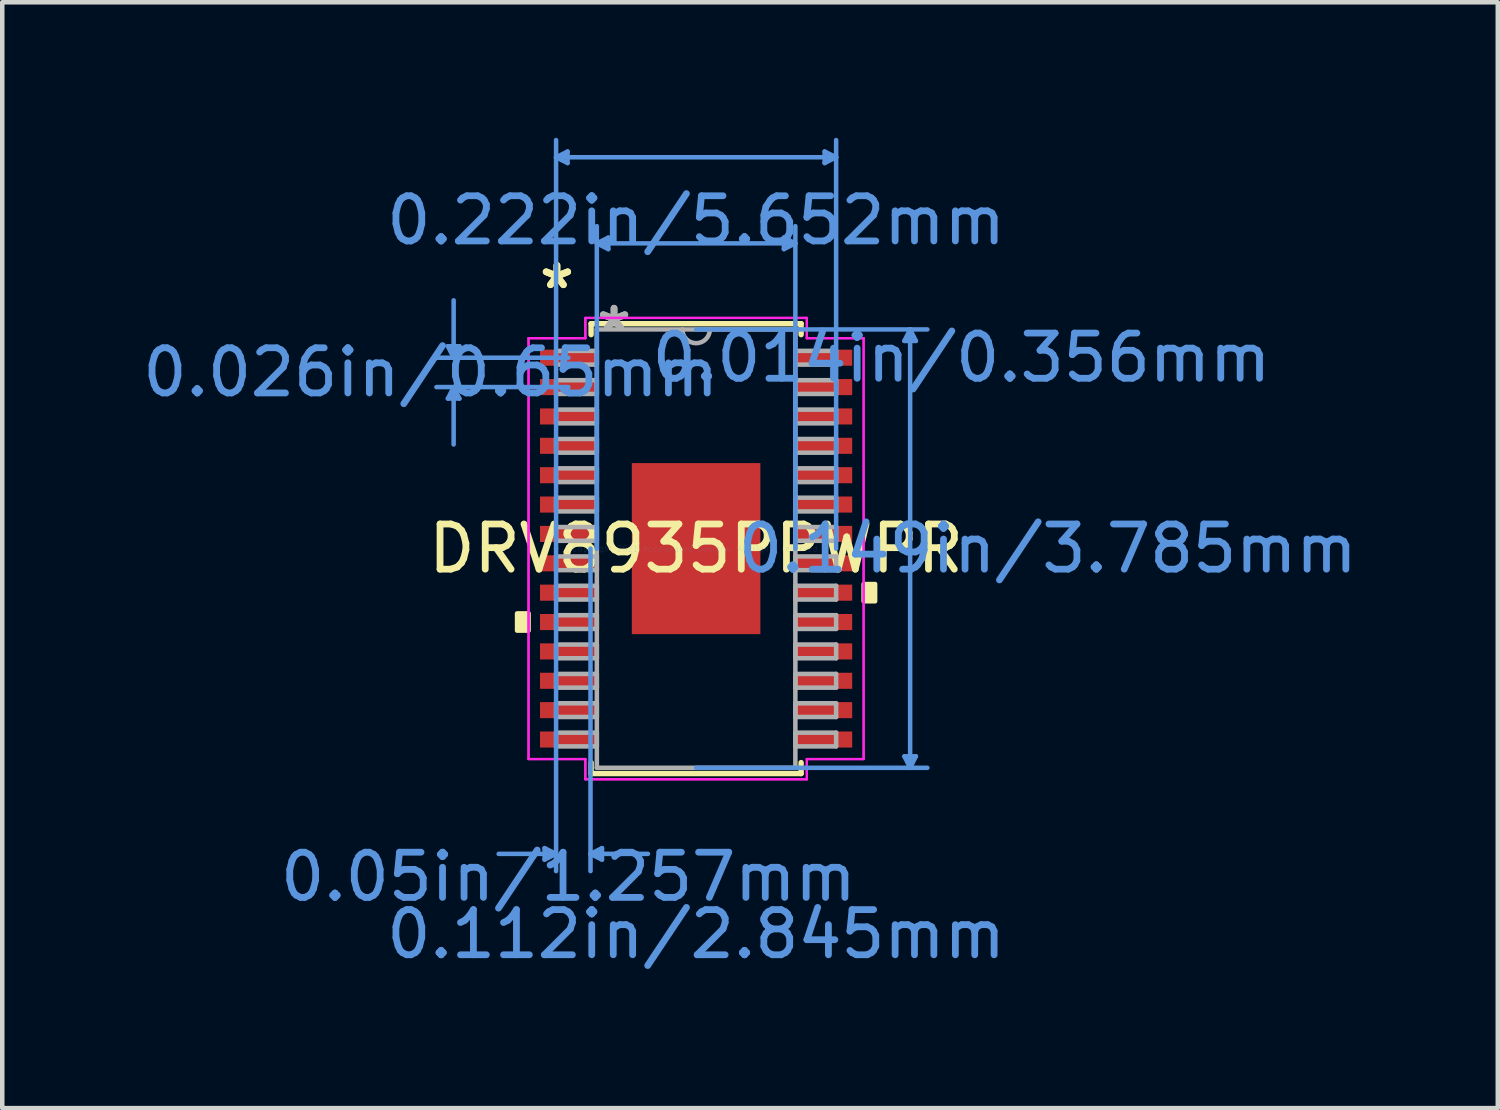
<source format=kicad_pcb>
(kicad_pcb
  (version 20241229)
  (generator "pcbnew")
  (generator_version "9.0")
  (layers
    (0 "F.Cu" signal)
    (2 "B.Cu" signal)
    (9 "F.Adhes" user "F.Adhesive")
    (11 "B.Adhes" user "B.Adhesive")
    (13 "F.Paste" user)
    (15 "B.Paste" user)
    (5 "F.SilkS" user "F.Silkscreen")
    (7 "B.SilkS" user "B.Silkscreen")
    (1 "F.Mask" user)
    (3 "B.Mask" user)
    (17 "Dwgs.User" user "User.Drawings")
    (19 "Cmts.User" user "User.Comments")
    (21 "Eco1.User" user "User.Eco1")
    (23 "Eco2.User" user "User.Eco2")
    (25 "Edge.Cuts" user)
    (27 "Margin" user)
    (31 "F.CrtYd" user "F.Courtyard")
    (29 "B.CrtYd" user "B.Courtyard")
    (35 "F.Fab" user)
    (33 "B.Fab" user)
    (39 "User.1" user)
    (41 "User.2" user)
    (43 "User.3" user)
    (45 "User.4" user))
  (footprint "DRV8935PPWPR"
    (layer "F.Cu")
    (at 12.356 9.092)
    (property "Reference" "DRV8935PPWPR" (at 0 0 0) (layer "F.SilkS") (effects (font (size 1 1) (thickness 0.15))))
    (attr through_hole)
    (fp_line (start -2.324 -4.978) (end -2.324 -4.736) (stroke (width 0.12) (type solid)) (layer "F.SilkS"))
    (fp_line (start -2.324 4.736) (end -2.324 4.978) (stroke (width 0.12) (type solid)) (layer "F.SilkS"))
    (fp_line (start -2.324 4.978) (end 2.324 4.978) (stroke (width 0.12) (type solid)) (layer "F.SilkS"))
    (fp_line (start 2.324 -4.978) (end -2.324 -4.978) (stroke (width 0.12) (type solid)) (layer "F.SilkS"))
    (fp_line (start 2.324 -4.736) (end 2.324 -4.978) (stroke (width 0.12) (type solid)) (layer "F.SilkS"))
    (fp_line (start 2.324 4.978) (end 2.324 4.736) (stroke (width 0.12) (type solid)) (layer "F.SilkS"))
    (fp_poly (pts (xy -3.962 1.434) (xy -3.962 1.815) (xy -3.708 1.815) (xy -3.708 1.434)) (stroke (width 0.1) (type solid)) (fill yes) (layer "F.SilkS"))
    (fp_poly (pts (xy 3.962 0.784) (xy 3.962 1.165) (xy 3.708 1.165) (xy 3.708 0.784)) (stroke (width 0.1) (type solid)) (fill yes) (layer "F.SilkS"))
    (fp_poly (pts (xy -1.322 -1.792) (xy -1.322 -0.1) (xy -0.1 -0.1) (xy -0.1 -1.792)) (stroke (width 0.1) (type solid)) (fill yes) (layer "F.Paste"))
    (fp_poly (pts (xy -1.322 0.1) (xy -1.322 1.792) (xy -0.1 1.792) (xy -0.1 0.1)) (stroke (width 0.1) (type solid)) (fill yes) (layer "F.Paste"))
    (fp_poly (pts (xy 0.1 -1.792) (xy 0.1 -0.1) (xy 1.322 -0.1) (xy 1.322 -1.792)) (stroke (width 0.1) (type solid)) (fill yes) (layer "F.Paste"))
    (fp_poly (pts (xy 0.1 0.1) (xy 0.1 1.792) (xy 1.322 1.792) (xy 1.322 0.1)) (stroke (width 0.1) (type solid)) (fill yes) (layer "F.Paste"))
    (fp_line (start -5.493 -4.479) (end -5.239 -4.479) (stroke (width 0.1) (type solid)) (layer "Cmts.User"))
    (fp_line (start -5.493 -3.321) (end -5.239 -3.321) (stroke (width 0.1) (type solid)) (layer "Cmts.User"))
    (fp_line (start -5.366 -4.225) (end -5.493 -4.479) (stroke (width 0.1) (type solid)) (layer "Cmts.User"))
    (fp_line (start -5.366 -4.225) (end -5.366 -5.495) (stroke (width 0.1) (type solid)) (layer "Cmts.User"))
    (fp_line (start -5.366 -4.225) (end -5.239 -4.479) (stroke (width 0.1) (type solid)) (layer "Cmts.User"))
    (fp_line (start -5.366 -3.575) (end -5.493 -3.321) (stroke (width 0.1) (type solid)) (layer "Cmts.User"))
    (fp_line (start -5.366 -3.575) (end -5.366 -2.305) (stroke (width 0.1) (type solid)) (layer "Cmts.User"))
    (fp_line (start -5.366 -3.575) (end -5.239 -3.321) (stroke (width 0.1) (type solid)) (layer "Cmts.User"))
    (fp_line (start -3.353 6.629) (end -3.353 6.883) (stroke (width 0.1) (type solid)) (layer "Cmts.User"))
    (fp_line (start -3.099 -8.661) (end -2.845 -8.788) (stroke (width 0.1) (type solid)) (layer "Cmts.User"))
    (fp_line (start -3.099 -8.661) (end -2.845 -8.534) (stroke (width 0.1) (type solid)) (layer "Cmts.User"))
    (fp_line (start -3.099 -8.661) (end 3.099 -8.661) (stroke (width 0.1) (type solid)) (layer "Cmts.User"))
    (fp_line (start -3.099 0) (end -3.099 -9.042) (stroke (width 0.1) (type solid)) (layer "Cmts.User"))
    (fp_line (start -3.099 0) (end -3.099 7.137) (stroke (width 0.1) (type solid)) (layer "Cmts.User"))
    (fp_line (start -3.099 6.756) (end -4.369 6.756) (stroke (width 0.1) (type solid)) (layer "Cmts.User"))
    (fp_line (start -3.099 6.756) (end -3.353 6.629) (stroke (width 0.1) (type solid)) (layer "Cmts.User"))
    (fp_line (start -3.099 6.756) (end -3.353 6.883) (stroke (width 0.1) (type solid)) (layer "Cmts.User"))
    (fp_line (start -2.845 -8.788) (end -2.845 -8.534) (stroke (width 0.1) (type solid)) (layer "Cmts.User"))
    (fp_line (start -2.826 -4.225) (end -5.747 -4.225) (stroke (width 0.1) (type solid)) (layer "Cmts.User"))
    (fp_line (start -2.826 -3.575) (end -5.747 -3.575) (stroke (width 0.1) (type solid)) (layer "Cmts.User"))
    (fp_line (start -2.337 0) (end -2.337 7.137) (stroke (width 0.1) (type solid)) (layer "Cmts.User"))
    (fp_line (start -2.337 6.756) (end -2.083 6.629) (stroke (width 0.1) (type solid)) (layer "Cmts.User"))
    (fp_line (start -2.337 6.756) (end -2.083 6.883) (stroke (width 0.1) (type solid)) (layer "Cmts.User"))
    (fp_line (start -2.337 6.756) (end -1.067 6.756) (stroke (width 0.1) (type solid)) (layer "Cmts.User"))
    (fp_line (start -2.197 -6.756) (end -1.943 -6.883) (stroke (width 0.1) (type solid)) (layer "Cmts.User"))
    (fp_line (start -2.197 -6.756) (end -1.943 -6.629) (stroke (width 0.1) (type solid)) (layer "Cmts.User"))
    (fp_line (start -2.197 -6.756) (end 2.197 -6.756) (stroke (width 0.1) (type solid)) (layer "Cmts.User"))
    (fp_line (start -2.197 0) (end -2.197 -7.137) (stroke (width 0.1) (type solid)) (layer "Cmts.User"))
    (fp_line (start -2.083 6.629) (end -2.083 6.883) (stroke (width 0.1) (type solid)) (layer "Cmts.User"))
    (fp_line (start -1.943 -6.883) (end -1.943 -6.629) (stroke (width 0.1) (type solid)) (layer "Cmts.User"))
    (fp_line (start 0 -4.851) (end 5.118 -4.851) (stroke (width 0.1) (type solid)) (layer "Cmts.User"))
    (fp_line (start 0 4.851) (end 5.118 4.851) (stroke (width 0.1) (type solid)) (layer "Cmts.User"))
    (fp_line (start 1.943 -6.883) (end 1.943 -6.629) (stroke (width 0.1) (type solid)) (layer "Cmts.User"))
    (fp_line (start 2.197 -6.756) (end 1.943 -6.883) (stroke (width 0.1) (type solid)) (layer "Cmts.User"))
    (fp_line (start 2.197 -6.756) (end 1.943 -6.629) (stroke (width 0.1) (type solid)) (layer "Cmts.User"))
    (fp_line (start 2.197 0) (end 2.197 -7.137) (stroke (width 0.1) (type solid)) (layer "Cmts.User"))
    (fp_line (start 2.845 -8.788) (end 2.845 -8.534) (stroke (width 0.1) (type solid)) (layer "Cmts.User"))
    (fp_line (start 3.099 -8.661) (end 2.845 -8.788) (stroke (width 0.1) (type solid)) (layer "Cmts.User"))
    (fp_line (start 3.099 -8.661) (end 2.845 -8.534) (stroke (width 0.1) (type solid)) (layer "Cmts.User"))
    (fp_line (start 3.099 0) (end 3.099 -9.042) (stroke (width 0.1) (type solid)) (layer "Cmts.User"))
    (fp_line (start 4.61 -4.597) (end 4.864 -4.597) (stroke (width 0.1) (type solid)) (layer "Cmts.User"))
    (fp_line (start 4.61 4.597) (end 4.864 4.597) (stroke (width 0.1) (type solid)) (layer "Cmts.User"))
    (fp_line (start 4.737 -4.851) (end 4.61 -4.597) (stroke (width 0.1) (type solid)) (layer "Cmts.User"))
    (fp_line (start 4.737 -4.851) (end 4.737 4.851) (stroke (width 0.1) (type solid)) (layer "Cmts.User"))
    (fp_line (start 4.737 -4.851) (end 4.864 -4.597) (stroke (width 0.1) (type solid)) (layer "Cmts.User"))
    (fp_line (start 4.737 4.851) (end 4.61 4.597) (stroke (width 0.1) (type solid)) (layer "Cmts.User"))
    (fp_line (start 4.737 4.851) (end 4.864 4.597) (stroke (width 0.1) (type solid)) (layer "Cmts.User"))
    (fp_line (start -3.708 -4.657) (end -2.451 -4.657) (stroke (width 0.05) (type solid)) (layer "F.CrtYd"))
    (fp_line (start -3.708 -4.657) (end -2.451 -4.657) (stroke (width 0.05) (type solid)) (layer "F.CrtYd"))
    (fp_line (start -3.708 4.657) (end -3.708 -4.657) (stroke (width 0.05) (type solid)) (layer "F.CrtYd"))
    (fp_line (start -3.708 4.657) (end -3.708 -4.657) (stroke (width 0.05) (type solid)) (layer "F.CrtYd"))
    (fp_line (start -3.708 4.657) (end -2.451 4.657) (stroke (width 0.05) (type solid)) (layer "F.CrtYd"))
    (fp_line (start -2.451 -5.105) (end 2.451 -5.105) (stroke (width 0.05) (type solid)) (layer "F.CrtYd"))
    (fp_line (start -2.451 -5.105) (end 2.451 -5.105) (stroke (width 0.05) (type solid)) (layer "F.CrtYd"))
    (fp_line (start -2.451 -4.657) (end -2.451 -5.105) (stroke (width 0.05) (type solid)) (layer "F.CrtYd"))
    (fp_line (start -2.451 -4.657) (end -2.451 -5.105) (stroke (width 0.05) (type solid)) (layer "F.CrtYd"))
    (fp_line (start -2.451 4.657) (end -3.708 4.657) (stroke (width 0.05) (type solid)) (layer "F.CrtYd"))
    (fp_line (start -2.451 5.105) (end -2.451 4.657) (stroke (width 0.05) (type solid)) (layer "F.CrtYd"))
    (fp_line (start -2.451 5.105) (end -2.451 4.657) (stroke (width 0.05) (type solid)) (layer "F.CrtYd"))
    (fp_line (start 2.451 -5.105) (end 2.451 -4.657) (stroke (width 0.05) (type solid)) (layer "F.CrtYd"))
    (fp_line (start 2.451 -5.105) (end 2.451 -4.657) (stroke (width 0.05) (type solid)) (layer "F.CrtYd"))
    (fp_line (start 2.451 -4.657) (end 3.708 -4.657) (stroke (width 0.05) (type solid)) (layer "F.CrtYd"))
    (fp_line (start 2.451 4.657) (end 2.451 5.105) (stroke (width 0.05) (type solid)) (layer "F.CrtYd"))
    (fp_line (start 2.451 4.657) (end 2.451 5.105) (stroke (width 0.05) (type solid)) (layer "F.CrtYd"))
    (fp_line (start 2.451 5.105) (end -2.451 5.105) (stroke (width 0.05) (type solid)) (layer "F.CrtYd"))
    (fp_line (start 2.451 5.105) (end -2.451 5.105) (stroke (width 0.05) (type solid)) (layer "F.CrtYd"))
    (fp_line (start 3.708 -4.657) (end 2.451 -4.657) (stroke (width 0.05) (type solid)) (layer "F.CrtYd"))
    (fp_line (start 3.708 -4.657) (end 3.708 4.657) (stroke (width 0.05) (type solid)) (layer "F.CrtYd"))
    (fp_line (start 3.708 -4.657) (end 3.708 4.657) (stroke (width 0.05) (type solid)) (layer "F.CrtYd"))
    (fp_line (start 3.708 4.657) (end 2.451 4.657) (stroke (width 0.05) (type solid)) (layer "F.CrtYd"))
    (fp_line (start 3.708 4.657) (end 2.451 4.657) (stroke (width 0.05) (type solid)) (layer "F.CrtYd"))
    (fp_line (start -3.099 -4.377) (end -3.099 -4.073) (stroke (width 0.1) (type solid)) (layer "F.Fab"))
    (fp_line (start -3.099 -4.073) (end -2.197 -4.073) (stroke (width 0.1) (type solid)) (layer "F.Fab"))
    (fp_line (start -3.099 -3.727) (end -3.099 -3.423) (stroke (width 0.1) (type solid)) (layer "F.Fab"))
    (fp_line (start -3.099 -3.423) (end -2.197 -3.423) (stroke (width 0.1) (type solid)) (layer "F.Fab"))
    (fp_line (start -3.099 -3.077) (end -3.099 -2.773) (stroke (width 0.1) (type solid)) (layer "F.Fab"))
    (fp_line (start -3.099 -2.773) (end -2.197 -2.773) (stroke (width 0.1) (type solid)) (layer "F.Fab"))
    (fp_line (start -3.099 -2.427) (end -3.099 -2.123) (stroke (width 0.1) (type solid)) (layer "F.Fab"))
    (fp_line (start -3.099 -2.123) (end -2.197 -2.123) (stroke (width 0.1) (type solid)) (layer "F.Fab"))
    (fp_line (start -3.099 -1.777) (end -3.099 -1.473) (stroke (width 0.1) (type solid)) (layer "F.Fab"))
    (fp_line (start -3.099 -1.473) (end -2.197 -1.473) (stroke (width 0.1) (type solid)) (layer "F.Fab"))
    (fp_line (start -3.099 -1.127) (end -3.099 -0.823) (stroke (width 0.1) (type solid)) (layer "F.Fab"))
    (fp_line (start -3.099 -0.823) (end -2.197 -0.823) (stroke (width 0.1) (type solid)) (layer "F.Fab"))
    (fp_line (start -3.099 -0.477) (end -3.099 -0.173) (stroke (width 0.1) (type solid)) (layer "F.Fab"))
    (fp_line (start -3.099 -0.173) (end -2.197 -0.173) (stroke (width 0.1) (type solid)) (layer "F.Fab"))
    (fp_line (start -3.099 0.173) (end -3.099 0.477) (stroke (width 0.1) (type solid)) (layer "F.Fab"))
    (fp_line (start -3.099 0.477) (end -2.197 0.477) (stroke (width 0.1) (type solid)) (layer "F.Fab"))
    (fp_line (start -3.099 0.823) (end -3.099 1.127) (stroke (width 0.1) (type solid)) (layer "F.Fab"))
    (fp_line (start -3.099 1.127) (end -2.197 1.127) (stroke (width 0.1) (type solid)) (layer "F.Fab"))
    (fp_line (start -3.099 1.473) (end -3.099 1.777) (stroke (width 0.1) (type solid)) (layer "F.Fab"))
    (fp_line (start -3.099 1.777) (end -2.197 1.777) (stroke (width 0.1) (type solid)) (layer "F.Fab"))
    (fp_line (start -3.099 2.123) (end -3.099 2.427) (stroke (width 0.1) (type solid)) (layer "F.Fab"))
    (fp_line (start -3.099 2.427) (end -2.197 2.427) (stroke (width 0.1) (type solid)) (layer "F.Fab"))
    (fp_line (start -3.099 2.773) (end -3.099 3.077) (stroke (width 0.1) (type solid)) (layer "F.Fab"))
    (fp_line (start -3.099 3.077) (end -2.197 3.077) (stroke (width 0.1) (type solid)) (layer "F.Fab"))
    (fp_line (start -3.099 3.423) (end -3.099 3.727) (stroke (width 0.1) (type solid)) (layer "F.Fab"))
    (fp_line (start -3.099 3.727) (end -2.197 3.727) (stroke (width 0.1) (type solid)) (layer "F.Fab"))
    (fp_line (start -3.099 4.073) (end -3.099 4.377) (stroke (width 0.1) (type solid)) (layer "F.Fab"))
    (fp_line (start -3.099 4.377) (end -2.197 4.377) (stroke (width 0.1) (type solid)) (layer "F.Fab"))
    (fp_line (start -2.197 -4.851) (end -2.197 4.851) (stroke (width 0.1) (type solid)) (layer "F.Fab"))
    (fp_line (start -2.197 -4.377) (end -3.099 -4.377) (stroke (width 0.1) (type solid)) (layer "F.Fab"))
    (fp_line (start -2.197 -4.073) (end -2.197 -4.377) (stroke (width 0.1) (type solid)) (layer "F.Fab"))
    (fp_line (start -2.197 -3.727) (end -3.099 -3.727) (stroke (width 0.1) (type solid)) (layer "F.Fab"))
    (fp_line (start -2.197 -3.423) (end -2.197 -3.727) (stroke (width 0.1) (type solid)) (layer "F.Fab"))
    (fp_line (start -2.197 -3.077) (end -3.099 -3.077) (stroke (width 0.1) (type solid)) (layer "F.Fab"))
    (fp_line (start -2.197 -2.773) (end -2.197 -3.077) (stroke (width 0.1) (type solid)) (layer "F.Fab"))
    (fp_line (start -2.197 -2.427) (end -3.099 -2.427) (stroke (width 0.1) (type solid)) (layer "F.Fab"))
    (fp_line (start -2.197 -2.123) (end -2.197 -2.427) (stroke (width 0.1) (type solid)) (layer "F.Fab"))
    (fp_line (start -2.197 -1.777) (end -3.099 -1.777) (stroke (width 0.1) (type solid)) (layer "F.Fab"))
    (fp_line (start -2.197 -1.473) (end -2.197 -1.777) (stroke (width 0.1) (type solid)) (layer "F.Fab"))
    (fp_line (start -2.197 -1.127) (end -3.099 -1.127) (stroke (width 0.1) (type solid)) (layer "F.Fab"))
    (fp_line (start -2.197 -0.823) (end -2.197 -1.127) (stroke (width 0.1) (type solid)) (layer "F.Fab"))
    (fp_line (start -2.197 -0.477) (end -3.099 -0.477) (stroke (width 0.1) (type solid)) (layer "F.Fab"))
    (fp_line (start -2.197 -0.173) (end -2.197 -0.477) (stroke (width 0.1) (type solid)) (layer "F.Fab"))
    (fp_line (start -2.197 0.173) (end -3.099 0.173) (stroke (width 0.1) (type solid)) (layer "F.Fab"))
    (fp_line (start -2.197 0.477) (end -2.197 0.173) (stroke (width 0.1) (type solid)) (layer "F.Fab"))
    (fp_line (start -2.197 0.823) (end -3.099 0.823) (stroke (width 0.1) (type solid)) (layer "F.Fab"))
    (fp_line (start -2.197 1.127) (end -2.197 0.823) (stroke (width 0.1) (type solid)) (layer "F.Fab"))
    (fp_line (start -2.197 1.473) (end -3.099 1.473) (stroke (width 0.1) (type solid)) (layer "F.Fab"))
    (fp_line (start -2.197 1.777) (end -2.197 1.473) (stroke (width 0.1) (type solid)) (layer "F.Fab"))
    (fp_line (start -2.197 2.123) (end -3.099 2.123) (stroke (width 0.1) (type solid)) (layer "F.Fab"))
    (fp_line (start -2.197 2.427) (end -2.197 2.123) (stroke (width 0.1) (type solid)) (layer "F.Fab"))
    (fp_line (start -2.197 2.773) (end -3.099 2.773) (stroke (width 0.1) (type solid)) (layer "F.Fab"))
    (fp_line (start -2.197 3.077) (end -2.197 2.773) (stroke (width 0.1) (type solid)) (layer "F.Fab"))
    (fp_line (start -2.197 3.423) (end -3.099 3.423) (stroke (width 0.1) (type solid)) (layer "F.Fab"))
    (fp_line (start -2.197 3.727) (end -2.197 3.423) (stroke (width 0.1) (type solid)) (layer "F.Fab"))
    (fp_line (start -2.197 4.073) (end -3.099 4.073) (stroke (width 0.1) (type solid)) (layer "F.Fab"))
    (fp_line (start -2.197 4.377) (end -2.197 4.073) (stroke (width 0.1) (type solid)) (layer "F.Fab"))
    (fp_line (start -2.197 4.851) (end 2.197 4.851) (stroke (width 0.1) (type solid)) (layer "F.Fab"))
    (fp_line (start 2.197 -4.851) (end -2.197 -4.851) (stroke (width 0.1) (type solid)) (layer "F.Fab"))
    (fp_line (start 2.197 -4.377) (end 2.197 -4.073) (stroke (width 0.1) (type solid)) (layer "F.Fab"))
    (fp_line (start 2.197 -4.073) (end 3.099 -4.073) (stroke (width 0.1) (type solid)) (layer "F.Fab"))
    (fp_line (start 2.197 -3.727) (end 2.197 -3.423) (stroke (width 0.1) (type solid)) (layer "F.Fab"))
    (fp_line (start 2.197 -3.423) (end 3.099 -3.423) (stroke (width 0.1) (type solid)) (layer "F.Fab"))
    (fp_line (start 2.197 -3.077) (end 2.197 -2.773) (stroke (width 0.1) (type solid)) (layer "F.Fab"))
    (fp_line (start 2.197 -2.773) (end 3.099 -2.773) (stroke (width 0.1) (type solid)) (layer "F.Fab"))
    (fp_line (start 2.197 -2.427) (end 2.197 -2.123) (stroke (width 0.1) (type solid)) (layer "F.Fab"))
    (fp_line (start 2.197 -2.123) (end 3.099 -2.123) (stroke (width 0.1) (type solid)) (layer "F.Fab"))
    (fp_line (start 2.197 -1.777) (end 2.197 -1.473) (stroke (width 0.1) (type solid)) (layer "F.Fab"))
    (fp_line (start 2.197 -1.473) (end 3.099 -1.473) (stroke (width 0.1) (type solid)) (layer "F.Fab"))
    (fp_line (start 2.197 -1.127) (end 2.197 -0.823) (stroke (width 0.1) (type solid)) (layer "F.Fab"))
    (fp_line (start 2.197 -0.823) (end 3.099 -0.823) (stroke (width 0.1) (type solid)) (layer "F.Fab"))
    (fp_line (start 2.197 -0.477) (end 2.197 -0.173) (stroke (width 0.1) (type solid)) (layer "F.Fab"))
    (fp_line (start 2.197 -0.173) (end 3.099 -0.173) (stroke (width 0.1) (type solid)) (layer "F.Fab"))
    (fp_line (start 2.197 0.173) (end 2.197 0.477) (stroke (width 0.1) (type solid)) (layer "F.Fab"))
    (fp_line (start 2.197 0.477) (end 3.099 0.477) (stroke (width 0.1) (type solid)) (layer "F.Fab"))
    (fp_line (start 2.197 0.823) (end 2.197 1.127) (stroke (width 0.1) (type solid)) (layer "F.Fab"))
    (fp_line (start 2.197 1.127) (end 3.099 1.127) (stroke (width 0.1) (type solid)) (layer "F.Fab"))
    (fp_line (start 2.197 1.473) (end 2.197 1.777) (stroke (width 0.1) (type solid)) (layer "F.Fab"))
    (fp_line (start 2.197 1.777) (end 3.099 1.777) (stroke (width 0.1) (type solid)) (layer "F.Fab"))
    (fp_line (start 2.197 2.123) (end 2.197 2.427) (stroke (width 0.1) (type solid)) (layer "F.Fab"))
    (fp_line (start 2.197 2.427) (end 3.099 2.427) (stroke (width 0.1) (type solid)) (layer "F.Fab"))
    (fp_line (start 2.197 2.773) (end 2.197 3.077) (stroke (width 0.1) (type solid)) (layer "F.Fab"))
    (fp_line (start 2.197 3.077) (end 3.099 3.077) (stroke (width 0.1) (type solid)) (layer "F.Fab"))
    (fp_line (start 2.197 3.423) (end 2.197 3.727) (stroke (width 0.1) (type solid)) (layer "F.Fab"))
    (fp_line (start 2.197 3.727) (end 3.099 3.727) (stroke (width 0.1) (type solid)) (layer "F.Fab"))
    (fp_line (start 2.197 4.073) (end 2.197 4.377) (stroke (width 0.1) (type solid)) (layer "F.Fab"))
    (fp_line (start 2.197 4.377) (end 3.099 4.377) (stroke (width 0.1) (type solid)) (layer "F.Fab"))
    (fp_line (start 2.197 4.851) (end 2.197 -4.851) (stroke (width 0.1) (type solid)) (layer "F.Fab"))
    (fp_line (start 3.099 -4.377) (end 2.197 -4.377) (stroke (width 0.1) (type solid)) (layer "F.Fab"))
    (fp_line (start 3.099 -4.073) (end 3.099 -4.377) (stroke (width 0.1) (type solid)) (layer "F.Fab"))
    (fp_line (start 3.099 -3.727) (end 2.197 -3.727) (stroke (width 0.1) (type solid)) (layer "F.Fab"))
    (fp_line (start 3.099 -3.423) (end 3.099 -3.727) (stroke (width 0.1) (type solid)) (layer "F.Fab"))
    (fp_line (start 3.099 -3.077) (end 2.197 -3.077) (stroke (width 0.1) (type solid)) (layer "F.Fab"))
    (fp_line (start 3.099 -2.773) (end 3.099 -3.077) (stroke (width 0.1) (type solid)) (layer "F.Fab"))
    (fp_line (start 3.099 -2.427) (end 2.197 -2.427) (stroke (width 0.1) (type solid)) (layer "F.Fab"))
    (fp_line (start 3.099 -2.123) (end 3.099 -2.427) (stroke (width 0.1) (type solid)) (layer "F.Fab"))
    (fp_line (start 3.099 -1.777) (end 2.197 -1.777) (stroke (width 0.1) (type solid)) (layer "F.Fab"))
    (fp_line (start 3.099 -1.473) (end 3.099 -1.777) (stroke (width 0.1) (type solid)) (layer "F.Fab"))
    (fp_line (start 3.099 -1.127) (end 2.197 -1.127) (stroke (width 0.1) (type solid)) (layer "F.Fab"))
    (fp_line (start 3.099 -0.823) (end 3.099 -1.127) (stroke (width 0.1) (type solid)) (layer "F.Fab"))
    (fp_line (start 3.099 -0.477) (end 2.197 -0.477) (stroke (width 0.1) (type solid)) (layer "F.Fab"))
    (fp_line (start 3.099 -0.173) (end 3.099 -0.477) (stroke (width 0.1) (type solid)) (layer "F.Fab"))
    (fp_line (start 3.099 0.173) (end 2.197 0.173) (stroke (width 0.1) (type solid)) (layer "F.Fab"))
    (fp_line (start 3.099 0.477) (end 3.099 0.173) (stroke (width 0.1) (type solid)) (layer "F.Fab"))
    (fp_line (start 3.099 0.823) (end 2.197 0.823) (stroke (width 0.1) (type solid)) (layer "F.Fab"))
    (fp_line (start 3.099 1.127) (end 3.099 0.823) (stroke (width 0.1) (type solid)) (layer "F.Fab"))
    (fp_line (start 3.099 1.473) (end 2.197 1.473) (stroke (width 0.1) (type solid)) (layer "F.Fab"))
    (fp_line (start 3.099 1.777) (end 3.099 1.473) (stroke (width 0.1) (type solid)) (layer "F.Fab"))
    (fp_line (start 3.099 2.123) (end 2.197 2.123) (stroke (width 0.1) (type solid)) (layer "F.Fab"))
    (fp_line (start 3.099 2.427) (end 3.099 2.123) (stroke (width 0.1) (type solid)) (layer "F.Fab"))
    (fp_line (start 3.099 2.773) (end 2.197 2.773) (stroke (width 0.1) (type solid)) (layer "F.Fab"))
    (fp_line (start 3.099 3.077) (end 3.099 2.773) (stroke (width 0.1) (type solid)) (layer "F.Fab"))
    (fp_line (start 3.099 3.423) (end 2.197 3.423) (stroke (width 0.1) (type solid)) (layer "F.Fab"))
    (fp_line (start 3.099 3.727) (end 3.099 3.423) (stroke (width 0.1) (type solid)) (layer "F.Fab"))
    (fp_line (start 3.099 4.073) (end 2.197 4.073) (stroke (width 0.1) (type solid)) (layer "F.Fab"))
    (fp_line (start 3.099 4.377) (end 3.099 4.073) (stroke (width 0.1) (type solid)) (layer "F.Fab"))
    (fp_arc (start 0.3048 -4.8514) (mid 0 -4.5466) (end -0.3048 -4.8514) (stroke (width 0.1) (type solid)) (layer "F.Fab"))
    (fp_text user "*" (at -3.08 -5.724 0) (layer "F.SilkS") (effects (font (size 1 1) (thickness 0.15))))
    (fp_text user "*" (at -3.08 -5.724 0) (layer "F.SilkS") (effects (font (size 1 1) (thickness 0.15))))
    (fp_text user "0.026in/0.65mm" (at -5.874 -3.9 0) (layer "Cmts.User") (effects (font (size 1 1) (thickness 0.15))))
    (fp_text user "0.149in/3.785mm" (at 7.785 0 0) (layer "Cmts.User") (effects (font (size 1 1) (thickness 0.15))))
    (fp_text user "0.112in/2.845mm" (at 0 8.534 0) (layer "Cmts.User") (effects (font (size 1 1) (thickness 0.15))))
    (fp_text user "0.014in/0.356mm" (at 5.874 -4.225 0) (layer "Cmts.User") (effects (font (size 1 1) (thickness 0.15))))
    (fp_text user "0.05in/1.257mm" (at -2.826 7.264 0) (layer "Cmts.User") (effects (font (size 1 1) (thickness 0.15))))
    (fp_text user "0.222in/5.652mm" (at 0 -7.264 0) (layer "Cmts.User") (effects (font (size 1 1) (thickness 0.15))))
    (fp_text user "Copyright 2021 Accelerated Designs. All rights reserved." (at 0 0 0) (layer "Cmts.User") (effects (font (size 0.127 0.127) (thickness 0.002))))
    (fp_text user "*" (at -1.816 -4.775 0) (layer "F.Fab") (effects (font (size 1 1) (thickness 0.15))))
    (fp_text user "*" (at -1.816 -4.775 0) (layer "F.Fab") (effects (font (size 1 1) (thickness 0.15))))
    (pad "1" smd rect (at -2.826 -4.225) (size 1.257 0.356) (layers "F.Cu" "F.Mask" "F.Paste"))
    (pad "2" smd rect (at -2.826 -3.575) (size 1.257 0.356) (layers "F.Cu" "F.Mask" "F.Paste"))
    (pad "3" smd rect (at -2.826 -2.925) (size 1.257 0.356) (layers "F.Cu" "F.Mask" "F.Paste"))
    (pad "4" smd rect (at -2.826 -2.275) (size 1.257 0.356) (layers "F.Cu" "F.Mask" "F.Paste"))
    (pad "5" smd rect (at -2.826 -1.625) (size 1.257 0.356) (layers "F.Cu" "F.Mask" "F.Paste"))
    (pad "6" smd rect (at -2.826 -0.975) (size 1.257 0.356) (layers "F.Cu" "F.Mask" "F.Paste"))
    (pad "7" smd rect (at -2.826 -0.325) (size 1.257 0.356) (layers "F.Cu" "F.Mask" "F.Paste"))
    (pad "8" smd rect (at -2.826 0.325) (size 1.257 0.356) (layers "F.Cu" "F.Mask" "F.Paste"))
    (pad "9" smd rect (at -2.826 0.975) (size 1.257 0.356) (layers "F.Cu" "F.Mask" "F.Paste"))
    (pad "10" smd rect (at -2.826 1.625) (size 1.257 0.356) (layers "F.Cu" "F.Mask" "F.Paste"))
    (pad "11" smd rect (at -2.826 2.275) (size 1.257 0.356) (layers "F.Cu" "F.Mask" "F.Paste"))
    (pad "12" smd rect (at -2.826 2.925) (size 1.257 0.356) (layers "F.Cu" "F.Mask" "F.Paste"))
    (pad "13" smd rect (at -2.826 3.575) (size 1.257 0.356) (layers "F.Cu" "F.Mask" "F.Paste"))
    (pad "14" smd rect (at -2.826 4.225) (size 1.257 0.356) (layers "F.Cu" "F.Mask" "F.Paste"))
    (pad "15" smd rect (at 2.826 4.225) (size 1.257 0.356) (layers "F.Cu" "F.Mask" "F.Paste"))
    (pad "16" smd rect (at 2.826 3.575) (size 1.257 0.356) (layers "F.Cu" "F.Mask" "F.Paste"))
    (pad "17" smd rect (at 2.826 2.925) (size 1.257 0.356) (layers "F.Cu" "F.Mask" "F.Paste"))
    (pad "18" smd rect (at 2.826 2.275) (size 1.257 0.356) (layers "F.Cu" "F.Mask" "F.Paste"))
    (pad "19" smd rect (at 2.826 1.625) (size 1.257 0.356) (layers "F.Cu" "F.Mask" "F.Paste"))
    (pad "20" smd rect (at 2.826 0.975) (size 1.257 0.356) (layers "F.Cu" "F.Mask" "F.Paste"))
    (pad "21" smd rect (at 2.826 0.325) (size 1.257 0.356) (layers "F.Cu" "F.Mask" "F.Paste"))
    (pad "22" smd rect (at 2.826 -0.325) (size 1.257 0.356) (layers "F.Cu" "F.Mask" "F.Paste"))
    (pad "23" smd rect (at 2.826 -0.975) (size 1.257 0.356) (layers "F.Cu" "F.Mask" "F.Paste"))
    (pad "24" smd rect (at 2.826 -1.625) (size 1.257 0.356) (layers "F.Cu" "F.Mask" "F.Paste"))
    (pad "25" smd rect (at 2.826 -2.275) (size 1.257 0.356) (layers "F.Cu" "F.Mask" "F.Paste"))
    (pad "26" smd rect (at 2.826 -2.925) (size 1.257 0.356) (layers "F.Cu" "F.Mask" "F.Paste"))
    (pad "27" smd rect (at 2.826 -3.575) (size 1.257 0.356) (layers "F.Cu" "F.Mask" "F.Paste"))
    (pad "28" smd rect (at 2.826 -4.225) (size 1.257 0.356) (layers "F.Cu" "F.Mask" "F.Paste"))
    (pad "EPAD" smd rect (at 0 0) (size 2.845 3.785) (layers "F.Cu" "F.Mask")))
  (gr_rect
    (start -3 -3)
    (end 30.099 21.475)
    (stroke (width 0.1) (type default))
    (fill no)
    (layer "Edge.Cuts")))
</source>
